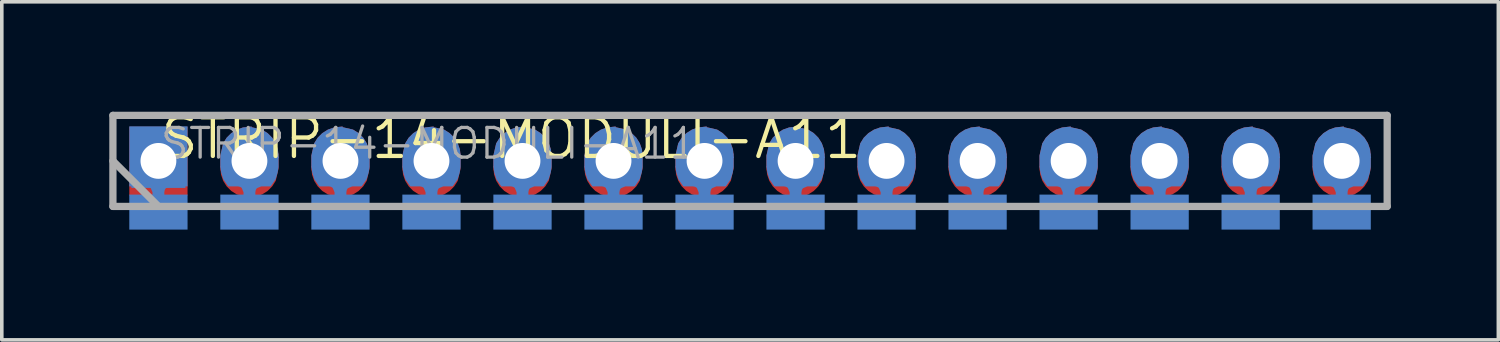
<source format=kicad_pcb>
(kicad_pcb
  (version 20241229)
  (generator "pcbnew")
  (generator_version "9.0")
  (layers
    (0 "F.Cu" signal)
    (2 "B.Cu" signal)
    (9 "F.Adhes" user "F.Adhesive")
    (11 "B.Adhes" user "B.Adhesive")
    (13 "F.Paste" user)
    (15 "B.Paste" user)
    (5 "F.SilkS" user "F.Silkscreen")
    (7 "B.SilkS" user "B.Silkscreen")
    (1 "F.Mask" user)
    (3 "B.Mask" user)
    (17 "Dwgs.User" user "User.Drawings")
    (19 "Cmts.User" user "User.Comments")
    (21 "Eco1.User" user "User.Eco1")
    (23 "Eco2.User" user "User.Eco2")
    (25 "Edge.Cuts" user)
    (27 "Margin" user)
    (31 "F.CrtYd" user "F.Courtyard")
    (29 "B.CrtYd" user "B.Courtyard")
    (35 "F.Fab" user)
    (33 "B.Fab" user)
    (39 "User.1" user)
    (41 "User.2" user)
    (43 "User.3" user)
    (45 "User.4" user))
  (footprint "STRIP-14-MODULI-A11"
    (layer "F.Cu")
    (at 1.371 1.44)
    (property "Reference" "STRIP-14-MODULI-A11" (at 0 0 0) (unlocked yes) (layer "F.SilkS") (effects (font (size 1.08 1.08) (thickness 0.12)) (justify left bottom)))
    (fp_poly (pts (xy 0.813 0.965) (xy -0.813 0.965) (xy -0.813 -0.953) (xy 0.813 -0.953)) (stroke (width 0) (type default)) (fill yes) (layer "F.Cu"))
    (fp_poly (pts (xy 2.601 -0.94) (xy 2.89 -0.874) (xy 3.047 -0.775) (xy 3.176 -0.647) (xy 3.273 -0.493) (xy 3.333 -0.321) (xy 3.346 -0.203) (xy 3.353 -0.203) (xy 3.353 -0.143) (xy 3.36 -0.08) (xy 3.353 -0.08) (xy 3.353 0.21) (xy 3.275 0.553) (xy 3.176 0.71) (xy 3.047 0.839) (xy 2.893 0.936) (xy 2.721 0.996) (xy 2.48 1.023) (xy 2.479 1.004) (xy 2.19 0.938) (xy 2.033 0.839) (xy 1.904 0.71) (xy 1.807 0.556) (xy 1.747 0.384) (xy 1.734 0.267) (xy 1.727 0.267) (xy 1.727 0.207) (xy 1.72 0.144) (xy 1.727 0.143) (xy 1.727 -0.147) (xy 1.805 -0.489) (xy 1.904 -0.647) (xy 2.033 -0.775) (xy 2.187 -0.872) (xy 2.359 -0.933) (xy 2.6 -0.96)) (stroke (width 0) (type default)) (fill yes) (layer "F.Cu"))
    (fp_poly (pts (xy 5.141 -0.94) (xy 5.43 -0.874) (xy 5.587 -0.775) (xy 5.716 -0.647) (xy 5.813 -0.493) (xy 5.873 -0.321) (xy 5.886 -0.203) (xy 5.893 -0.203) (xy 5.893 -0.143) (xy 5.9 -0.08) (xy 5.893 -0.08) (xy 5.893 0.21) (xy 5.815 0.553) (xy 5.716 0.71) (xy 5.587 0.839) (xy 5.433 0.936) (xy 5.261 0.996) (xy 5.02 1.023) (xy 5.019 1.004) (xy 4.73 0.938) (xy 4.573 0.839) (xy 4.444 0.71) (xy 4.347 0.556) (xy 4.287 0.384) (xy 4.274 0.267) (xy 4.267 0.267) (xy 4.267 0.207) (xy 4.26 0.144) (xy 4.267 0.143) (xy 4.267 -0.147) (xy 4.345 -0.489) (xy 4.444 -0.647) (xy 4.573 -0.775) (xy 4.727 -0.872) (xy 4.899 -0.933) (xy 5.14 -0.96)) (stroke (width 0) (type default)) (fill yes) (layer "F.Cu"))
    (fp_poly (pts (xy 7.681 -0.94) (xy 7.97 -0.874) (xy 8.127 -0.775) (xy 8.256 -0.647) (xy 8.353 -0.493) (xy 8.413 -0.321) (xy 8.426 -0.203) (xy 8.433 -0.203) (xy 8.433 -0.143) (xy 8.44 -0.08) (xy 8.433 -0.08) (xy 8.433 0.21) (xy 8.355 0.553) (xy 8.256 0.71) (xy 8.127 0.839) (xy 7.973 0.936) (xy 7.801 0.996) (xy 7.56 1.023) (xy 7.559 1.004) (xy 7.27 0.938) (xy 7.113 0.839) (xy 6.984 0.71) (xy 6.887 0.556) (xy 6.827 0.384) (xy 6.814 0.267) (xy 6.807 0.267) (xy 6.807 0.207) (xy 6.8 0.144) (xy 6.807 0.143) (xy 6.807 -0.147) (xy 6.885 -0.489) (xy 6.984 -0.647) (xy 7.113 -0.775) (xy 7.267 -0.872) (xy 7.439 -0.933) (xy 7.68 -0.96)) (stroke (width 0) (type default)) (fill yes) (layer "F.Cu"))
    (fp_poly (pts (xy 10.221 -0.94) (xy 10.51 -0.874) (xy 10.667 -0.775) (xy 10.796 -0.647) (xy 10.893 -0.493) (xy 10.953 -0.321) (xy 10.966 -0.203) (xy 10.973 -0.203) (xy 10.973 -0.143) (xy 10.98 -0.08) (xy 10.973 -0.08) (xy 10.973 0.21) (xy 10.895 0.553) (xy 10.796 0.71) (xy 10.667 0.839) (xy 10.513 0.936) (xy 10.341 0.996) (xy 10.1 1.023) (xy 10.099 1.004) (xy 9.81 0.938) (xy 9.653 0.839) (xy 9.524 0.71) (xy 9.427 0.556) (xy 9.367 0.384) (xy 9.354 0.267) (xy 9.347 0.267) (xy 9.347 0.207) (xy 9.34 0.144) (xy 9.347 0.143) (xy 9.347 -0.147) (xy 9.425 -0.489) (xy 9.524 -0.647) (xy 9.653 -0.775) (xy 9.807 -0.872) (xy 9.979 -0.933) (xy 10.22 -0.96)) (stroke (width 0) (type default)) (fill yes) (layer "F.Cu"))
    (fp_poly (pts (xy 12.761 -0.94) (xy 13.05 -0.874) (xy 13.207 -0.775) (xy 13.336 -0.647) (xy 13.433 -0.493) (xy 13.493 -0.321) (xy 13.506 -0.203) (xy 13.513 -0.203) (xy 13.513 -0.143) (xy 13.52 -0.08) (xy 13.513 -0.08) (xy 13.513 0.21) (xy 13.435 0.553) (xy 13.336 0.71) (xy 13.207 0.839) (xy 13.053 0.936) (xy 12.881 0.996) (xy 12.64 1.023) (xy 12.639 1.004) (xy 12.35 0.938) (xy 12.193 0.839) (xy 12.064 0.71) (xy 11.967 0.556) (xy 11.907 0.384) (xy 11.894 0.267) (xy 11.887 0.267) (xy 11.887 0.207) (xy 11.88 0.144) (xy 11.887 0.143) (xy 11.887 -0.147) (xy 11.965 -0.489) (xy 12.064 -0.647) (xy 12.193 -0.775) (xy 12.347 -0.872) (xy 12.519 -0.933) (xy 12.76 -0.96)) (stroke (width 0) (type default)) (fill yes) (layer "F.Cu"))
    (fp_poly (pts (xy 15.301 -0.94) (xy 15.59 -0.874) (xy 15.747 -0.775) (xy 15.876 -0.647) (xy 15.973 -0.493) (xy 16.033 -0.321) (xy 16.046 -0.203) (xy 16.053 -0.203) (xy 16.053 -0.143) (xy 16.06 -0.08) (xy 16.053 -0.08) (xy 16.053 0.21) (xy 15.975 0.553) (xy 15.876 0.71) (xy 15.747 0.839) (xy 15.593 0.936) (xy 15.421 0.996) (xy 15.18 1.023) (xy 15.179 1.004) (xy 14.89 0.938) (xy 14.733 0.839) (xy 14.604 0.71) (xy 14.507 0.556) (xy 14.447 0.384) (xy 14.434 0.267) (xy 14.427 0.267) (xy 14.427 0.207) (xy 14.42 0.144) (xy 14.427 0.143) (xy 14.427 -0.147) (xy 14.505 -0.489) (xy 14.604 -0.647) (xy 14.733 -0.775) (xy 14.887 -0.872) (xy 15.059 -0.933) (xy 15.3 -0.96)) (stroke (width 0) (type default)) (fill yes) (layer "F.Cu"))
    (fp_poly (pts (xy 17.841 -0.94) (xy 18.13 -0.874) (xy 18.287 -0.775) (xy 18.416 -0.647) (xy 18.513 -0.493) (xy 18.573 -0.321) (xy 18.586 -0.203) (xy 18.593 -0.203) (xy 18.593 -0.143) (xy 18.6 -0.08) (xy 18.593 -0.08) (xy 18.593 0.21) (xy 18.515 0.553) (xy 18.416 0.71) (xy 18.287 0.839) (xy 18.133 0.936) (xy 17.961 0.996) (xy 17.72 1.023) (xy 17.719 1.004) (xy 17.43 0.938) (xy 17.273 0.839) (xy 17.144 0.71) (xy 17.047 0.556) (xy 16.987 0.384) (xy 16.974 0.267) (xy 16.967 0.267) (xy 16.967 0.207) (xy 16.96 0.144) (xy 16.967 0.143) (xy 16.967 -0.147) (xy 17.045 -0.489) (xy 17.144 -0.647) (xy 17.273 -0.775) (xy 17.427 -0.872) (xy 17.599 -0.933) (xy 17.84 -0.96)) (stroke (width 0) (type default)) (fill yes) (layer "F.Cu"))
    (fp_poly (pts (xy 20.381 -0.94) (xy 20.67 -0.874) (xy 20.827 -0.775) (xy 20.956 -0.647) (xy 21.053 -0.493) (xy 21.113 -0.321) (xy 21.126 -0.203) (xy 21.133 -0.203) (xy 21.133 -0.143) (xy 21.14 -0.08) (xy 21.133 -0.08) (xy 21.133 0.21) (xy 21.055 0.553) (xy 20.956 0.71) (xy 20.827 0.839) (xy 20.673 0.936) (xy 20.501 0.996) (xy 20.26 1.023) (xy 20.259 1.004) (xy 19.97 0.938) (xy 19.813 0.839) (xy 19.684 0.71) (xy 19.587 0.556) (xy 19.527 0.384) (xy 19.514 0.267) (xy 19.507 0.267) (xy 19.507 0.207) (xy 19.5 0.144) (xy 19.507 0.143) (xy 19.507 -0.147) (xy 19.585 -0.489) (xy 19.684 -0.647) (xy 19.813 -0.775) (xy 19.967 -0.872) (xy 20.139 -0.933) (xy 20.38 -0.96)) (stroke (width 0) (type default)) (fill yes) (layer "F.Cu"))
    (fp_poly (pts (xy 22.921 -0.94) (xy 23.21 -0.874) (xy 23.367 -0.775) (xy 23.496 -0.647) (xy 23.593 -0.493) (xy 23.653 -0.321) (xy 23.666 -0.203) (xy 23.673 -0.203) (xy 23.673 -0.143) (xy 23.68 -0.08) (xy 23.673 -0.08) (xy 23.673 0.21) (xy 23.595 0.553) (xy 23.496 0.71) (xy 23.367 0.839) (xy 23.213 0.936) (xy 23.041 0.996) (xy 22.8 1.023) (xy 22.799 1.004) (xy 22.51 0.938) (xy 22.353 0.839) (xy 22.224 0.71) (xy 22.127 0.556) (xy 22.067 0.384) (xy 22.054 0.267) (xy 22.047 0.267) (xy 22.047 0.207) (xy 22.04 0.144) (xy 22.047 0.143) (xy 22.047 -0.147) (xy 22.125 -0.489) (xy 22.224 -0.647) (xy 22.353 -0.775) (xy 22.507 -0.872) (xy 22.679 -0.933) (xy 22.92 -0.96)) (stroke (width 0) (type default)) (fill yes) (layer "F.Cu"))
    (fp_poly (pts (xy 25.461 -0.94) (xy 25.75 -0.874) (xy 25.907 -0.775) (xy 26.036 -0.647) (xy 26.133 -0.493) (xy 26.193 -0.321) (xy 26.206 -0.203) (xy 26.213 -0.203) (xy 26.213 -0.143) (xy 26.22 -0.08) (xy 26.213 -0.08) (xy 26.213 0.21) (xy 26.135 0.553) (xy 26.036 0.71) (xy 25.907 0.839) (xy 25.753 0.936) (xy 25.581 0.996) (xy 25.34 1.023) (xy 25.339 1.004) (xy 25.05 0.938) (xy 24.893 0.839) (xy 24.764 0.71) (xy 24.667 0.556) (xy 24.607 0.384) (xy 24.594 0.267) (xy 24.587 0.267) (xy 24.587 0.207) (xy 24.58 0.144) (xy 24.587 0.143) (xy 24.587 -0.147) (xy 24.665 -0.489) (xy 24.764 -0.647) (xy 24.893 -0.775) (xy 25.047 -0.872) (xy 25.219 -0.933) (xy 25.46 -0.96)) (stroke (width 0) (type default)) (fill yes) (layer "F.Cu"))
    (fp_poly (pts (xy 28.001 -0.94) (xy 28.29 -0.874) (xy 28.447 -0.775) (xy 28.576 -0.647) (xy 28.673 -0.493) (xy 28.733 -0.321) (xy 28.746 -0.203) (xy 28.753 -0.203) (xy 28.753 -0.143) (xy 28.76 -0.08) (xy 28.753 -0.08) (xy 28.753 0.21) (xy 28.675 0.553) (xy 28.576 0.71) (xy 28.447 0.839) (xy 28.293 0.936) (xy 28.121 0.996) (xy 27.88 1.023) (xy 27.879 1.004) (xy 27.59 0.938) (xy 27.433 0.839) (xy 27.304 0.71) (xy 27.207 0.556) (xy 27.147 0.384) (xy 27.134 0.267) (xy 27.127 0.267) (xy 27.127 0.207) (xy 27.12 0.144) (xy 27.127 0.143) (xy 27.127 -0.147) (xy 27.205 -0.489) (xy 27.304 -0.647) (xy 27.433 -0.775) (xy 27.587 -0.872) (xy 27.759 -0.933) (xy 28 -0.96)) (stroke (width 0) (type default)) (fill yes) (layer "F.Cu"))
    (fp_poly (pts (xy 30.541 -0.94) (xy 30.83 -0.874) (xy 30.987 -0.775) (xy 31.116 -0.647) (xy 31.213 -0.493) (xy 31.273 -0.321) (xy 31.286 -0.203) (xy 31.293 -0.203) (xy 31.293 -0.143) (xy 31.3 -0.08) (xy 31.293 -0.08) (xy 31.293 0.21) (xy 31.215 0.553) (xy 31.116 0.71) (xy 30.987 0.839) (xy 30.833 0.936) (xy 30.661 0.996) (xy 30.42 1.023) (xy 30.419 1.004) (xy 30.13 0.938) (xy 29.973 0.839) (xy 29.844 0.71) (xy 29.747 0.556) (xy 29.687 0.384) (xy 29.674 0.267) (xy 29.667 0.267) (xy 29.667 0.207) (xy 29.66 0.144) (xy 29.667 0.143) (xy 29.667 -0.147) (xy 29.745 -0.489) (xy 29.844 -0.647) (xy 29.973 -0.775) (xy 30.127 -0.872) (xy 30.299 -0.933) (xy 30.54 -0.96)) (stroke (width 0) (type default)) (fill yes) (layer "F.Cu"))
    (fp_poly (pts (xy 33.081 -0.94) (xy 33.37 -0.874) (xy 33.527 -0.775) (xy 33.656 -0.647) (xy 33.753 -0.493) (xy 33.813 -0.321) (xy 33.826 -0.203) (xy 33.833 -0.203) (xy 33.833 -0.143) (xy 33.84 -0.08) (xy 33.833 -0.08) (xy 33.833 0.21) (xy 33.755 0.553) (xy 33.656 0.71) (xy 33.527 0.839) (xy 33.373 0.936) (xy 33.201 0.996) (xy 32.96 1.023) (xy 32.959 1.004) (xy 32.67 0.938) (xy 32.513 0.839) (xy 32.384 0.71) (xy 32.287 0.556) (xy 32.227 0.384) (xy 32.214 0.267) (xy 32.207 0.267) (xy 32.207 0.207) (xy 32.2 0.144) (xy 32.207 0.143) (xy 32.207 -0.147) (xy 32.285 -0.489) (xy 32.384 -0.647) (xy 32.513 -0.775) (xy 32.667 -0.872) (xy 32.839 -0.933) (xy 33.08 -0.96)) (stroke (width 0) (type default)) (fill yes) (layer "F.Cu"))
    (fp_poly (pts (xy 0.889 1.041) (xy -0.889 1.041) (xy -0.889 -1.041) (xy 0.889 -1.041)) (stroke (width 0) (type default)) (fill yes) (layer "F.Mask"))
    (fp_poly (pts (xy 2.739 -1.005) (xy 2.928 -0.937) (xy 3.097 -0.829) (xy 3.238 -0.687) (xy 3.344 -0.515) (xy 3.429 -0.128) (xy 3.429 0.128) (xy 3.43 0.128) (xy 3.429 0.14) (xy 3.429 0.152) (xy 3.428 0.152) (xy 3.407 0.338) (xy 3.341 0.525) (xy 3.235 0.694) (xy 3.094 0.835) (xy 2.925 0.941) (xy 2.552 1.026) (xy 2.552 1.03) (xy 2.342 1.006) (xy 2.154 0.941) (xy 1.986 0.835) (xy 1.845 0.694) (xy 1.739 0.525) (xy 1.651 0.141) (xy 1.651 -0.115) (xy 1.65 -0.115) (xy 1.651 -0.128) (xy 1.651 -0.14) (xy 1.652 -0.14) (xy 1.672 -0.326) (xy 1.737 -0.516) (xy 1.842 -0.687) (xy 1.983 -0.829) (xy 2.153 -0.938) (xy 2.528 -1.026) (xy 2.528 -1.03)) (stroke (width 0) (type default)) (fill yes) (layer "F.Mask"))
    (fp_poly (pts (xy 5.279 -1.005) (xy 5.468 -0.937) (xy 5.637 -0.829) (xy 5.778 -0.687) (xy 5.884 -0.515) (xy 5.969 -0.128) (xy 5.969 0.128) (xy 5.97 0.128) (xy 5.969 0.14) (xy 5.969 0.152) (xy 5.968 0.152) (xy 5.947 0.338) (xy 5.881 0.525) (xy 5.775 0.694) (xy 5.634 0.835) (xy 5.465 0.941) (xy 5.092 1.026) (xy 5.092 1.03) (xy 4.882 1.006) (xy 4.694 0.941) (xy 4.526 0.835) (xy 4.385 0.694) (xy 4.279 0.525) (xy 4.191 0.141) (xy 4.191 -0.115) (xy 4.19 -0.115) (xy 4.191 -0.128) (xy 4.191 -0.14) (xy 4.192 -0.14) (xy 4.212 -0.326) (xy 4.277 -0.516) (xy 4.382 -0.687) (xy 4.523 -0.829) (xy 4.693 -0.938) (xy 5.068 -1.026) (xy 5.068 -1.03)) (stroke (width 0) (type default)) (fill yes) (layer "F.Mask"))
    (fp_poly (pts (xy 7.819 -1.005) (xy 8.008 -0.937) (xy 8.177 -0.829) (xy 8.318 -0.687) (xy 8.424 -0.515) (xy 8.509 -0.128) (xy 8.509 0.128) (xy 8.51 0.128) (xy 8.509 0.14) (xy 8.509 0.152) (xy 8.508 0.152) (xy 8.487 0.338) (xy 8.421 0.525) (xy 8.315 0.694) (xy 8.174 0.835) (xy 8.005 0.941) (xy 7.632 1.026) (xy 7.632 1.03) (xy 7.422 1.006) (xy 7.234 0.941) (xy 7.066 0.835) (xy 6.925 0.694) (xy 6.819 0.525) (xy 6.731 0.141) (xy 6.731 -0.115) (xy 6.73 -0.115) (xy 6.731 -0.128) (xy 6.731 -0.14) (xy 6.732 -0.14) (xy 6.752 -0.326) (xy 6.817 -0.516) (xy 6.922 -0.687) (xy 7.063 -0.829) (xy 7.233 -0.938) (xy 7.608 -1.026) (xy 7.608 -1.03)) (stroke (width 0) (type default)) (fill yes) (layer "F.Mask"))
    (fp_poly (pts (xy 10.359 -1.005) (xy 10.548 -0.937) (xy 10.717 -0.829) (xy 10.858 -0.687) (xy 10.964 -0.515) (xy 11.049 -0.128) (xy 11.049 0.128) (xy 11.05 0.128) (xy 11.049 0.14) (xy 11.049 0.152) (xy 11.048 0.152) (xy 11.027 0.338) (xy 10.961 0.525) (xy 10.855 0.694) (xy 10.714 0.835) (xy 10.545 0.941) (xy 10.172 1.026) (xy 10.172 1.03) (xy 9.962 1.006) (xy 9.774 0.941) (xy 9.606 0.835) (xy 9.465 0.694) (xy 9.359 0.525) (xy 9.271 0.141) (xy 9.271 -0.115) (xy 9.27 -0.115) (xy 9.271 -0.128) (xy 9.271 -0.14) (xy 9.272 -0.14) (xy 9.292 -0.326) (xy 9.357 -0.516) (xy 9.462 -0.687) (xy 9.603 -0.829) (xy 9.773 -0.938) (xy 10.148 -1.026) (xy 10.148 -1.03)) (stroke (width 0) (type default)) (fill yes) (layer "F.Mask"))
    (fp_poly (pts (xy 12.899 -1.005) (xy 13.088 -0.937) (xy 13.257 -0.829) (xy 13.398 -0.687) (xy 13.504 -0.515) (xy 13.589 -0.128) (xy 13.589 0.128) (xy 13.59 0.128) (xy 13.589 0.14) (xy 13.589 0.152) (xy 13.588 0.152) (xy 13.567 0.338) (xy 13.501 0.525) (xy 13.395 0.694) (xy 13.254 0.835) (xy 13.085 0.941) (xy 12.712 1.026) (xy 12.712 1.03) (xy 12.502 1.006) (xy 12.314 0.941) (xy 12.146 0.835) (xy 12.005 0.694) (xy 11.899 0.525) (xy 11.811 0.141) (xy 11.811 -0.115) (xy 11.81 -0.115) (xy 11.811 -0.128) (xy 11.811 -0.14) (xy 11.812 -0.14) (xy 11.832 -0.326) (xy 11.897 -0.516) (xy 12.002 -0.687) (xy 12.143 -0.829) (xy 12.313 -0.938) (xy 12.688 -1.026) (xy 12.688 -1.03)) (stroke (width 0) (type default)) (fill yes) (layer "F.Mask"))
    (fp_poly (pts (xy 15.439 -1.005) (xy 15.628 -0.937) (xy 15.797 -0.829) (xy 15.938 -0.687) (xy 16.044 -0.515) (xy 16.129 -0.128) (xy 16.129 0.128) (xy 16.13 0.128) (xy 16.129 0.14) (xy 16.129 0.152) (xy 16.128 0.152) (xy 16.107 0.338) (xy 16.041 0.525) (xy 15.935 0.694) (xy 15.794 0.835) (xy 15.625 0.941) (xy 15.252 1.026) (xy 15.252 1.03) (xy 15.042 1.006) (xy 14.854 0.941) (xy 14.686 0.835) (xy 14.545 0.694) (xy 14.439 0.525) (xy 14.351 0.141) (xy 14.351 -0.115) (xy 14.35 -0.115) (xy 14.351 -0.128) (xy 14.351 -0.14) (xy 14.352 -0.14) (xy 14.372 -0.326) (xy 14.437 -0.516) (xy 14.542 -0.687) (xy 14.683 -0.829) (xy 14.853 -0.938) (xy 15.228 -1.026) (xy 15.228 -1.03)) (stroke (width 0) (type default)) (fill yes) (layer "F.Mask"))
    (fp_poly (pts (xy 17.979 -1.005) (xy 18.168 -0.937) (xy 18.337 -0.829) (xy 18.478 -0.687) (xy 18.584 -0.515) (xy 18.669 -0.128) (xy 18.669 0.128) (xy 18.67 0.128) (xy 18.669 0.14) (xy 18.669 0.152) (xy 18.668 0.152) (xy 18.647 0.338) (xy 18.581 0.525) (xy 18.475 0.694) (xy 18.334 0.835) (xy 18.165 0.941) (xy 17.792 1.026) (xy 17.792 1.03) (xy 17.582 1.006) (xy 17.394 0.941) (xy 17.226 0.835) (xy 17.085 0.694) (xy 16.979 0.525) (xy 16.891 0.141) (xy 16.891 -0.115) (xy 16.89 -0.115) (xy 16.891 -0.128) (xy 16.891 -0.14) (xy 16.892 -0.14) (xy 16.912 -0.326) (xy 16.977 -0.516) (xy 17.082 -0.687) (xy 17.223 -0.829) (xy 17.393 -0.938) (xy 17.768 -1.026) (xy 17.768 -1.03)) (stroke (width 0) (type default)) (fill yes) (layer "F.Mask"))
    (fp_poly (pts (xy 20.519 -1.005) (xy 20.708 -0.937) (xy 20.877 -0.829) (xy 21.018 -0.687) (xy 21.124 -0.515) (xy 21.209 -0.128) (xy 21.209 0.128) (xy 21.21 0.128) (xy 21.209 0.14) (xy 21.209 0.152) (xy 21.208 0.152) (xy 21.187 0.338) (xy 21.121 0.525) (xy 21.015 0.694) (xy 20.874 0.835) (xy 20.705 0.941) (xy 20.332 1.026) (xy 20.332 1.03) (xy 20.122 1.006) (xy 19.934 0.941) (xy 19.766 0.835) (xy 19.625 0.694) (xy 19.519 0.525) (xy 19.431 0.141) (xy 19.431 -0.115) (xy 19.43 -0.115) (xy 19.431 -0.128) (xy 19.431 -0.14) (xy 19.432 -0.14) (xy 19.452 -0.326) (xy 19.517 -0.516) (xy 19.622 -0.687) (xy 19.763 -0.829) (xy 19.933 -0.938) (xy 20.308 -1.026) (xy 20.308 -1.03)) (stroke (width 0) (type default)) (fill yes) (layer "F.Mask"))
    (fp_poly (pts (xy 23.059 -1.005) (xy 23.248 -0.937) (xy 23.417 -0.829) (xy 23.558 -0.687) (xy 23.664 -0.515) (xy 23.749 -0.128) (xy 23.749 0.128) (xy 23.75 0.128) (xy 23.749 0.14) (xy 23.749 0.152) (xy 23.748 0.152) (xy 23.727 0.338) (xy 23.661 0.525) (xy 23.555 0.694) (xy 23.414 0.835) (xy 23.245 0.941) (xy 22.872 1.026) (xy 22.872 1.03) (xy 22.662 1.006) (xy 22.474 0.941) (xy 22.306 0.835) (xy 22.165 0.694) (xy 22.059 0.525) (xy 21.971 0.141) (xy 21.971 -0.115) (xy 21.97 -0.115) (xy 21.971 -0.128) (xy 21.971 -0.14) (xy 21.972 -0.14) (xy 21.992 -0.326) (xy 22.057 -0.516) (xy 22.162 -0.687) (xy 22.303 -0.829) (xy 22.473 -0.938) (xy 22.848 -1.026) (xy 22.848 -1.03)) (stroke (width 0) (type default)) (fill yes) (layer "F.Mask"))
    (fp_poly (pts (xy 25.599 -1.005) (xy 25.788 -0.937) (xy 25.957 -0.829) (xy 26.098 -0.687) (xy 26.204 -0.515) (xy 26.289 -0.128) (xy 26.289 0.128) (xy 26.29 0.128) (xy 26.289 0.14) (xy 26.289 0.152) (xy 26.288 0.152) (xy 26.267 0.338) (xy 26.201 0.525) (xy 26.095 0.694) (xy 25.954 0.835) (xy 25.785 0.941) (xy 25.412 1.026) (xy 25.412 1.03) (xy 25.202 1.006) (xy 25.014 0.941) (xy 24.846 0.835) (xy 24.705 0.694) (xy 24.599 0.525) (xy 24.511 0.141) (xy 24.511 -0.115) (xy 24.51 -0.115) (xy 24.511 -0.128) (xy 24.511 -0.14) (xy 24.512 -0.14) (xy 24.532 -0.326) (xy 24.597 -0.516) (xy 24.702 -0.687) (xy 24.843 -0.829) (xy 25.013 -0.938) (xy 25.388 -1.026) (xy 25.388 -1.03)) (stroke (width 0) (type default)) (fill yes) (layer "F.Mask"))
    (fp_poly (pts (xy 28.139 -1.005) (xy 28.328 -0.937) (xy 28.497 -0.829) (xy 28.638 -0.687) (xy 28.744 -0.515) (xy 28.829 -0.128) (xy 28.829 0.128) (xy 28.83 0.128) (xy 28.829 0.14) (xy 28.829 0.152) (xy 28.828 0.152) (xy 28.807 0.338) (xy 28.741 0.525) (xy 28.635 0.694) (xy 28.494 0.835) (xy 28.325 0.941) (xy 27.952 1.026) (xy 27.952 1.03) (xy 27.742 1.006) (xy 27.554 0.941) (xy 27.386 0.835) (xy 27.245 0.694) (xy 27.139 0.525) (xy 27.051 0.141) (xy 27.051 -0.115) (xy 27.05 -0.115) (xy 27.051 -0.128) (xy 27.051 -0.14) (xy 27.052 -0.14) (xy 27.072 -0.326) (xy 27.137 -0.516) (xy 27.242 -0.687) (xy 27.383 -0.829) (xy 27.553 -0.938) (xy 27.928 -1.026) (xy 27.928 -1.03)) (stroke (width 0) (type default)) (fill yes) (layer "F.Mask"))
    (fp_poly (pts (xy 30.679 -1.005) (xy 30.868 -0.937) (xy 31.037 -0.829) (xy 31.178 -0.687) (xy 31.284 -0.515) (xy 31.369 -0.128) (xy 31.369 0.128) (xy 31.37 0.128) (xy 31.369 0.14) (xy 31.369 0.152) (xy 31.368 0.152) (xy 31.347 0.338) (xy 31.281 0.525) (xy 31.175 0.694) (xy 31.034 0.835) (xy 30.865 0.941) (xy 30.492 1.026) (xy 30.492 1.03) (xy 30.282 1.006) (xy 30.094 0.941) (xy 29.926 0.835) (xy 29.785 0.694) (xy 29.679 0.525) (xy 29.591 0.141) (xy 29.591 -0.115) (xy 29.59 -0.115) (xy 29.591 -0.128) (xy 29.591 -0.14) (xy 29.592 -0.14) (xy 29.612 -0.326) (xy 29.677 -0.516) (xy 29.782 -0.687) (xy 29.923 -0.829) (xy 30.093 -0.938) (xy 30.468 -1.026) (xy 30.468 -1.03)) (stroke (width 0) (type default)) (fill yes) (layer "F.Mask"))
    (fp_poly (pts (xy 33.219 -1.005) (xy 33.408 -0.937) (xy 33.577 -0.829) (xy 33.718 -0.687) (xy 33.824 -0.515) (xy 33.909 -0.128) (xy 33.909 0.128) (xy 33.91 0.128) (xy 33.909 0.14) (xy 33.909 0.152) (xy 33.908 0.152) (xy 33.887 0.338) (xy 33.821 0.525) (xy 33.715 0.694) (xy 33.574 0.835) (xy 33.405 0.941) (xy 33.032 1.026) (xy 33.032 1.03) (xy 32.822 1.006) (xy 32.634 0.941) (xy 32.466 0.835) (xy 32.325 0.694) (xy 32.219 0.525) (xy 32.131 0.141) (xy 32.131 -0.115) (xy 32.13 -0.115) (xy 32.131 -0.128) (xy 32.131 -0.14) (xy 32.132 -0.14) (xy 32.152 -0.326) (xy 32.217 -0.516) (xy 32.322 -0.687) (xy 32.463 -0.829) (xy 32.633 -0.938) (xy 33.008 -1.026) (xy 33.008 -1.03)) (stroke (width 0) (type default)) (fill yes) (layer "F.Mask"))
    (fp_poly (pts (xy 0.813 0.711) (xy 0.33 0.711) (xy 0.207 0.762) (xy 0.178 0.806) (xy 0.165 0.87) (xy 0.165 0.94) (xy 0.813 0.94) (xy 0.813 1.918) (xy -0.813 1.918) (xy -0.813 0.94) (xy -0.165 0.94) (xy -0.165 0.876) (xy -0.216 0.753) (xy -0.26 0.724) (xy -0.324 0.711) (xy -0.813 0.711) (xy -0.813 -0.965) (xy 0.813 -0.965)) (stroke (width 0) (type default)) (fill yes) (layer "B.Cu"))
    (fp_poly (pts (xy 2.601 -0.94) (xy 2.89 -0.874) (xy 3.047 -0.775) (xy 3.176 -0.647) (xy 3.273 -0.493) (xy 3.333 -0.321) (xy 3.346 -0.203) (xy 3.353 -0.203) (xy 3.353 -0.143) (xy 3.36 -0.08) (xy 3.353 -0.08) (xy 3.353 0.17) (xy 3.326 0.332) (xy 3.271 0.511) (xy 3.132 0.711) (xy 2.87 0.711) (xy 2.747 0.762) (xy 2.718 0.806) (xy 2.705 0.87) (xy 2.705 0.94) (xy 3.353 0.94) (xy 3.353 1.918) (xy 1.727 1.918) (xy 1.727 0.94) (xy 2.375 0.94) (xy 2.375 0.876) (xy 2.324 0.753) (xy 2.28 0.724) (xy 2.216 0.711) (xy 1.948 0.711) (xy 1.809 0.511) (xy 1.754 0.332) (xy 1.727 0.17) (xy 1.727 -0.147) (xy 1.805 -0.489) (xy 1.904 -0.647) (xy 2.033 -0.775) (xy 2.187 -0.872) (xy 2.359 -0.933) (xy 2.6 -0.96)) (stroke (width 0) (type default)) (fill yes) (layer "B.Cu"))
    (fp_poly (pts (xy 5.141 -0.94) (xy 5.43 -0.874) (xy 5.587 -0.775) (xy 5.716 -0.647) (xy 5.813 -0.493) (xy 5.873 -0.321) (xy 5.886 -0.203) (xy 5.893 -0.203) (xy 5.893 -0.143) (xy 5.9 -0.08) (xy 5.893 -0.08) (xy 5.893 0.17) (xy 5.866 0.332) (xy 5.811 0.511) (xy 5.672 0.711) (xy 5.41 0.711) (xy 5.287 0.762) (xy 5.258 0.806) (xy 5.245 0.87) (xy 5.245 0.94) (xy 5.893 0.94) (xy 5.893 1.918) (xy 4.267 1.918) (xy 4.267 0.94) (xy 4.915 0.94) (xy 4.915 0.876) (xy 4.864 0.753) (xy 4.82 0.724) (xy 4.756 0.711) (xy 4.488 0.711) (xy 4.349 0.511) (xy 4.294 0.332) (xy 4.267 0.17) (xy 4.267 -0.147) (xy 4.345 -0.489) (xy 4.444 -0.647) (xy 4.573 -0.775) (xy 4.727 -0.872) (xy 4.899 -0.933) (xy 5.14 -0.96)) (stroke (width 0) (type default)) (fill yes) (layer "B.Cu"))
    (fp_poly (pts (xy 7.681 -0.94) (xy 7.97 -0.874) (xy 8.127 -0.775) (xy 8.256 -0.647) (xy 8.353 -0.493) (xy 8.413 -0.321) (xy 8.426 -0.203) (xy 8.433 -0.203) (xy 8.433 -0.143) (xy 8.44 -0.08) (xy 8.433 -0.08) (xy 8.433 0.17) (xy 8.406 0.332) (xy 8.351 0.511) (xy 8.212 0.711) (xy 7.95 0.711) (xy 7.827 0.762) (xy 7.798 0.806) (xy 7.785 0.87) (xy 7.785 0.94) (xy 8.433 0.94) (xy 8.433 1.918) (xy 6.807 1.918) (xy 6.807 0.94) (xy 7.455 0.94) (xy 7.455 0.876) (xy 7.404 0.753) (xy 7.36 0.724) (xy 7.296 0.711) (xy 7.028 0.711) (xy 6.889 0.511) (xy 6.834 0.332) (xy 6.807 0.17) (xy 6.807 -0.147) (xy 6.885 -0.489) (xy 6.984 -0.647) (xy 7.113 -0.775) (xy 7.267 -0.872) (xy 7.439 -0.933) (xy 7.68 -0.96)) (stroke (width 0) (type default)) (fill yes) (layer "B.Cu"))
    (fp_poly (pts (xy 10.221 -0.94) (xy 10.51 -0.874) (xy 10.667 -0.775) (xy 10.796 -0.647) (xy 10.893 -0.493) (xy 10.953 -0.321) (xy 10.966 -0.203) (xy 10.973 -0.203) (xy 10.973 -0.143) (xy 10.98 -0.08) (xy 10.973 -0.08) (xy 10.973 0.17) (xy 10.946 0.332) (xy 10.891 0.511) (xy 10.752 0.711) (xy 10.49 0.711) (xy 10.367 0.762) (xy 10.338 0.806) (xy 10.325 0.87) (xy 10.325 0.94) (xy 10.973 0.94) (xy 10.973 1.918) (xy 9.347 1.918) (xy 9.347 0.94) (xy 9.995 0.94) (xy 9.995 0.876) (xy 9.944 0.753) (xy 9.9 0.724) (xy 9.836 0.711) (xy 9.568 0.711) (xy 9.429 0.511) (xy 9.374 0.332) (xy 9.347 0.17) (xy 9.347 -0.147) (xy 9.425 -0.489) (xy 9.524 -0.647) (xy 9.653 -0.775) (xy 9.807 -0.872) (xy 9.979 -0.933) (xy 10.22 -0.96)) (stroke (width 0) (type default)) (fill yes) (layer "B.Cu"))
    (fp_poly (pts (xy 12.761 -0.94) (xy 13.05 -0.874) (xy 13.207 -0.775) (xy 13.336 -0.647) (xy 13.433 -0.493) (xy 13.493 -0.321) (xy 13.506 -0.203) (xy 13.513 -0.203) (xy 13.513 -0.143) (xy 13.52 -0.08) (xy 13.513 -0.08) (xy 13.513 0.17) (xy 13.486 0.332) (xy 13.431 0.511) (xy 13.292 0.711) (xy 13.03 0.711) (xy 12.907 0.762) (xy 12.878 0.806) (xy 12.865 0.87) (xy 12.865 0.94) (xy 13.513 0.94) (xy 13.513 1.918) (xy 11.887 1.918) (xy 11.887 0.94) (xy 12.535 0.94) (xy 12.535 0.876) (xy 12.484 0.753) (xy 12.44 0.724) (xy 12.376 0.711) (xy 12.108 0.711) (xy 11.969 0.511) (xy 11.914 0.332) (xy 11.887 0.17) (xy 11.887 -0.147) (xy 11.965 -0.489) (xy 12.064 -0.647) (xy 12.193 -0.775) (xy 12.347 -0.872) (xy 12.519 -0.933) (xy 12.76 -0.96)) (stroke (width 0) (type default)) (fill yes) (layer "B.Cu"))
    (fp_poly (pts (xy 15.301 -0.94) (xy 15.59 -0.874) (xy 15.747 -0.775) (xy 15.876 -0.647) (xy 15.973 -0.493) (xy 16.033 -0.321) (xy 16.046 -0.203) (xy 16.053 -0.203) (xy 16.053 -0.143) (xy 16.06 -0.08) (xy 16.053 -0.08) (xy 16.053 0.17) (xy 16.026 0.332) (xy 15.971 0.511) (xy 15.832 0.711) (xy 15.57 0.711) (xy 15.447 0.762) (xy 15.418 0.806) (xy 15.405 0.87) (xy 15.405 0.94) (xy 16.053 0.94) (xy 16.053 1.918) (xy 14.427 1.918) (xy 14.427 0.94) (xy 15.075 0.94) (xy 15.075 0.876) (xy 15.024 0.753) (xy 14.98 0.724) (xy 14.916 0.711) (xy 14.648 0.711) (xy 14.509 0.511) (xy 14.454 0.332) (xy 14.427 0.17) (xy 14.427 -0.147) (xy 14.505 -0.489) (xy 14.604 -0.647) (xy 14.733 -0.775) (xy 14.887 -0.872) (xy 15.059 -0.933) (xy 15.3 -0.96)) (stroke (width 0) (type default)) (fill yes) (layer "B.Cu"))
    (fp_poly (pts (xy 17.841 -0.94) (xy 18.13 -0.874) (xy 18.287 -0.775) (xy 18.416 -0.647) (xy 18.513 -0.493) (xy 18.573 -0.321) (xy 18.586 -0.203) (xy 18.593 -0.203) (xy 18.593 -0.143) (xy 18.6 -0.08) (xy 18.593 -0.08) (xy 18.593 0.17) (xy 18.566 0.332) (xy 18.511 0.511) (xy 18.372 0.711) (xy 18.11 0.711) (xy 17.987 0.762) (xy 17.958 0.806) (xy 17.945 0.87) (xy 17.945 0.94) (xy 18.593 0.94) (xy 18.593 1.918) (xy 16.967 1.918) (xy 16.967 0.94) (xy 17.615 0.94) (xy 17.615 0.876) (xy 17.564 0.753) (xy 17.52 0.724) (xy 17.456 0.711) (xy 17.188 0.711) (xy 17.049 0.511) (xy 16.994 0.332) (xy 16.967 0.17) (xy 16.967 -0.147) (xy 17.045 -0.489) (xy 17.144 -0.647) (xy 17.273 -0.775) (xy 17.427 -0.872) (xy 17.599 -0.933) (xy 17.84 -0.96)) (stroke (width 0) (type default)) (fill yes) (layer "B.Cu"))
    (fp_poly (pts (xy 20.381 -0.94) (xy 20.67 -0.874) (xy 20.827 -0.775) (xy 20.956 -0.647) (xy 21.053 -0.493) (xy 21.113 -0.321) (xy 21.126 -0.203) (xy 21.133 -0.203) (xy 21.133 -0.143) (xy 21.14 -0.08) (xy 21.133 -0.08) (xy 21.133 0.17) (xy 21.106 0.332) (xy 21.051 0.511) (xy 20.912 0.711) (xy 20.65 0.711) (xy 20.527 0.762) (xy 20.498 0.806) (xy 20.485 0.87) (xy 20.485 0.94) (xy 21.133 0.94) (xy 21.133 1.918) (xy 19.507 1.918) (xy 19.507 0.94) (xy 20.155 0.94) (xy 20.155 0.876) (xy 20.104 0.753) (xy 20.06 0.724) (xy 19.996 0.711) (xy 19.728 0.711) (xy 19.589 0.511) (xy 19.534 0.332) (xy 19.507 0.17) (xy 19.507 -0.147) (xy 19.585 -0.489) (xy 19.684 -0.647) (xy 19.813 -0.775) (xy 19.967 -0.872) (xy 20.139 -0.933) (xy 20.38 -0.96)) (stroke (width 0) (type default)) (fill yes) (layer "B.Cu"))
    (fp_poly (pts (xy 22.921 -0.94) (xy 23.21 -0.874) (xy 23.367 -0.775) (xy 23.496 -0.647) (xy 23.593 -0.493) (xy 23.653 -0.321) (xy 23.666 -0.203) (xy 23.673 -0.203) (xy 23.673 -0.143) (xy 23.68 -0.08) (xy 23.673 -0.08) (xy 23.673 0.17) (xy 23.646 0.332) (xy 23.591 0.511) (xy 23.452 0.711) (xy 23.19 0.711) (xy 23.067 0.762) (xy 23.038 0.806) (xy 23.025 0.87) (xy 23.025 0.94) (xy 23.673 0.94) (xy 23.673 1.918) (xy 22.047 1.918) (xy 22.047 0.94) (xy 22.695 0.94) (xy 22.695 0.876) (xy 22.644 0.753) (xy 22.6 0.724) (xy 22.536 0.711) (xy 22.268 0.711) (xy 22.129 0.511) (xy 22.074 0.332) (xy 22.047 0.17) (xy 22.047 -0.147) (xy 22.125 -0.489) (xy 22.224 -0.647) (xy 22.353 -0.775) (xy 22.507 -0.872) (xy 22.679 -0.933) (xy 22.92 -0.96)) (stroke (width 0) (type default)) (fill yes) (layer "B.Cu"))
    (fp_poly (pts (xy 25.461 -0.94) (xy 25.75 -0.874) (xy 25.907 -0.775) (xy 26.036 -0.647) (xy 26.133 -0.493) (xy 26.193 -0.321) (xy 26.206 -0.203) (xy 26.213 -0.203) (xy 26.213 -0.143) (xy 26.22 -0.08) (xy 26.213 -0.08) (xy 26.213 0.17) (xy 26.186 0.332) (xy 26.131 0.511) (xy 25.992 0.711) (xy 25.73 0.711) (xy 25.607 0.762) (xy 25.578 0.806) (xy 25.565 0.87) (xy 25.565 0.94) (xy 26.213 0.94) (xy 26.213 1.918) (xy 24.587 1.918) (xy 24.587 0.94) (xy 25.235 0.94) (xy 25.235 0.876) (xy 25.184 0.753) (xy 25.14 0.724) (xy 25.076 0.711) (xy 24.808 0.711) (xy 24.669 0.511) (xy 24.614 0.332) (xy 24.587 0.17) (xy 24.587 -0.147) (xy 24.665 -0.489) (xy 24.764 -0.647) (xy 24.893 -0.775) (xy 25.047 -0.872) (xy 25.219 -0.933) (xy 25.46 -0.96)) (stroke (width 0) (type default)) (fill yes) (layer "B.Cu"))
    (fp_poly (pts (xy 28.001 -0.94) (xy 28.29 -0.874) (xy 28.447 -0.775) (xy 28.576 -0.647) (xy 28.673 -0.493) (xy 28.733 -0.321) (xy 28.746 -0.203) (xy 28.753 -0.203) (xy 28.753 -0.143) (xy 28.76 -0.08) (xy 28.753 -0.08) (xy 28.753 0.17) (xy 28.726 0.332) (xy 28.671 0.511) (xy 28.532 0.711) (xy 28.27 0.711) (xy 28.147 0.762) (xy 28.118 0.806) (xy 28.105 0.87) (xy 28.105 0.94) (xy 28.753 0.94) (xy 28.753 1.918) (xy 27.127 1.918) (xy 27.127 0.94) (xy 27.775 0.94) (xy 27.775 0.876) (xy 27.724 0.753) (xy 27.68 0.724) (xy 27.616 0.711) (xy 27.348 0.711) (xy 27.209 0.511) (xy 27.154 0.332) (xy 27.127 0.17) (xy 27.127 -0.147) (xy 27.205 -0.489) (xy 27.304 -0.647) (xy 27.433 -0.775) (xy 27.587 -0.872) (xy 27.759 -0.933) (xy 28 -0.96)) (stroke (width 0) (type default)) (fill yes) (layer "B.Cu"))
    (fp_poly (pts (xy 30.541 -0.94) (xy 30.83 -0.874) (xy 30.987 -0.775) (xy 31.116 -0.647) (xy 31.213 -0.493) (xy 31.273 -0.321) (xy 31.286 -0.203) (xy 31.293 -0.203) (xy 31.293 -0.143) (xy 31.3 -0.08) (xy 31.293 -0.08) (xy 31.293 0.17) (xy 31.266 0.332) (xy 31.211 0.511) (xy 31.072 0.711) (xy 30.81 0.711) (xy 30.687 0.762) (xy 30.658 0.806) (xy 30.645 0.87) (xy 30.645 0.94) (xy 31.293 0.94) (xy 31.293 1.918) (xy 29.667 1.918) (xy 29.667 0.94) (xy 30.315 0.94) (xy 30.315 0.876) (xy 30.264 0.753) (xy 30.22 0.724) (xy 30.156 0.711) (xy 29.888 0.711) (xy 29.749 0.511) (xy 29.694 0.332) (xy 29.667 0.17) (xy 29.667 -0.147) (xy 29.745 -0.489) (xy 29.844 -0.647) (xy 29.973 -0.775) (xy 30.127 -0.872) (xy 30.299 -0.933) (xy 30.54 -0.96)) (stroke (width 0) (type default)) (fill yes) (layer "B.Cu"))
    (fp_poly (pts (xy 33.081 -0.94) (xy 33.37 -0.874) (xy 33.527 -0.775) (xy 33.656 -0.647) (xy 33.753 -0.493) (xy 33.813 -0.321) (xy 33.826 -0.203) (xy 33.833 -0.203) (xy 33.833 -0.143) (xy 33.84 -0.08) (xy 33.833 -0.08) (xy 33.833 0.17) (xy 33.806 0.332) (xy 33.751 0.511) (xy 33.612 0.711) (xy 33.35 0.711) (xy 33.227 0.762) (xy 33.198 0.806) (xy 33.185 0.87) (xy 33.185 0.94) (xy 33.833 0.94) (xy 33.833 1.918) (xy 32.207 1.918) (xy 32.207 0.94) (xy 32.855 0.94) (xy 32.855 0.876) (xy 32.804 0.753) (xy 32.76 0.724) (xy 32.696 0.711) (xy 32.428 0.711) (xy 32.289 0.511) (xy 32.234 0.332) (xy 32.207 0.17) (xy 32.207 -0.147) (xy 32.285 -0.489) (xy 32.384 -0.647) (xy 32.513 -0.775) (xy 32.667 -0.872) (xy 32.839 -0.933) (xy 33.08 -0.96)) (stroke (width 0) (type default)) (fill yes) (layer "B.Cu"))
    (fp_poly (pts (xy 0.889 0.787) (xy 0.335 0.787) (xy 0.259 0.864) (xy 0.751 0.864) (xy 0.819 0.882) (xy 0.871 0.933) (xy 0.889 1.002) (xy 0.889 1.856) (xy 0.871 1.924) (xy 0.819 1.976) (xy 0.751 1.994) (xy -0.751 1.994) (xy -0.819 1.976) (xy -0.871 1.924) (xy -0.889 1.856) (xy -0.889 1) (xy -0.821 0.882) (xy -0.751 0.864) (xy -0.259 0.864) (xy -0.335 0.787) (xy -0.889 0.787) (xy -0.889 -1.041) (xy 0.889 -1.041)) (stroke (width 0) (type default)) (fill yes) (layer "B.Mask"))
    (fp_poly (pts (xy 2.553 -1.029) (xy 2.565 -1.029) (xy 2.565 -1.027) (xy 2.748 -1.007) (xy 2.933 -0.942) (xy 3.099 -0.838) (xy 3.238 -0.699) (xy 3.342 -0.533) (xy 3.407 -0.347) (xy 3.429 -0.153) (xy 3.429 0.153) (xy 3.403 0.346) (xy 3.339 0.539) (xy 3.184 0.759) (xy 3.127 0.787) (xy 2.875 0.787) (xy 2.799 0.864) (xy 3.291 0.864) (xy 3.359 0.882) (xy 3.411 0.933) (xy 3.429 1.002) (xy 3.429 1.856) (xy 3.411 1.924) (xy 3.359 1.976) (xy 3.291 1.994) (xy 1.789 1.994) (xy 1.721 1.976) (xy 1.669 1.924) (xy 1.651 1.856) (xy 1.651 1.002) (xy 1.669 0.933) (xy 1.721 0.882) (xy 1.789 0.864) (xy 2.281 0.864) (xy 2.205 0.787) (xy 1.953 0.787) (xy 1.896 0.759) (xy 1.741 0.539) (xy 1.651 0.154) (xy 1.651 -0.14) (xy 1.65 -0.14) (xy 1.651 -0.153) (xy 1.651 -0.165) (xy 1.652 -0.165) (xy 1.673 -0.347) (xy 1.738 -0.533) (xy 1.842 -0.699) (xy 1.981 -0.838) (xy 2.148 -0.942) (xy 2.526 -1.029) (xy 2.541 -1.029) (xy 2.541 -1.03)) (stroke (width 0) (type default)) (fill yes) (layer "B.Mask"))
    (fp_poly (pts (xy 2.553 -1.029) (xy 2.565 -1.029) (xy 2.565 -1.027) (xy 2.748 -1.007) (xy 2.933 -0.942) (xy 3.099 -0.838) (xy 3.238 -0.699) (xy 3.342 -0.533) (xy 3.407 -0.347) (xy 3.429 -0.153) (xy 3.429 0.153) (xy 3.403 0.346) (xy 3.339 0.539) (xy 3.184 0.759) (xy 3.127 0.787) (xy 2.875 0.787) (xy 2.799 0.864) (xy 3.291 0.864) (xy 3.359 0.882) (xy 3.411 0.933) (xy 3.429 1.002) (xy 3.429 1.856) (xy 3.411 1.924) (xy 3.359 1.976) (xy 3.291 1.994) (xy 1.789 1.994) (xy 1.721 1.976) (xy 1.669 1.924) (xy 1.651 1.856) (xy 1.651 1.002) (xy 1.669 0.933) (xy 1.721 0.882) (xy 1.789 0.864) (xy 2.281 0.864) (xy 2.205 0.787) (xy 1.953 0.787) (xy 1.896 0.759) (xy 1.741 0.539) (xy 1.651 0.154) (xy 1.651 -0.14) (xy 1.65 -0.14) (xy 1.651 -0.153) (xy 1.651 -0.165) (xy 1.652 -0.165) (xy 1.673 -0.347) (xy 1.738 -0.533) (xy 1.842 -0.699) (xy 1.981 -0.838) (xy 2.148 -0.942) (xy 2.526 -1.029) (xy 2.541 -1.029) (xy 2.541 -1.03)) (stroke (width 0) (type default)) (fill yes) (layer "B.Mask"))
    (fp_poly (pts (xy 5.093 -1.029) (xy 5.105 -1.029) (xy 5.105 -1.027) (xy 5.288 -1.007) (xy 5.473 -0.942) (xy 5.639 -0.838) (xy 5.778 -0.699) (xy 5.882 -0.533) (xy 5.947 -0.347) (xy 5.969 -0.153) (xy 5.969 0.153) (xy 5.943 0.346) (xy 5.879 0.539) (xy 5.724 0.759) (xy 5.667 0.787) (xy 5.415 0.787) (xy 5.339 0.864) (xy 5.831 0.864) (xy 5.899 0.882) (xy 5.951 0.933) (xy 5.969 1.002) (xy 5.969 1.856) (xy 5.951 1.924) (xy 5.899 1.976) (xy 5.831 1.994) (xy 4.329 1.994) (xy 4.261 1.976) (xy 4.209 1.924) (xy 4.191 1.856) (xy 4.191 1.002) (xy 4.209 0.933) (xy 4.261 0.882) (xy 4.329 0.864) (xy 4.821 0.864) (xy 4.745 0.787) (xy 4.493 0.787) (xy 4.436 0.759) (xy 4.281 0.539) (xy 4.191 0.154) (xy 4.191 -0.14) (xy 4.19 -0.14) (xy 4.191 -0.153) (xy 4.191 -0.165) (xy 4.192 -0.165) (xy 4.213 -0.347) (xy 4.278 -0.533) (xy 4.382 -0.699) (xy 4.521 -0.838) (xy 4.688 -0.942) (xy 5.066 -1.029) (xy 5.081 -1.029) (xy 5.081 -1.03)) (stroke (width 0) (type default)) (fill yes) (layer "B.Mask"))
    (fp_poly (pts (xy 5.093 -1.029) (xy 5.105 -1.029) (xy 5.105 -1.027) (xy 5.288 -1.007) (xy 5.473 -0.942) (xy 5.639 -0.838) (xy 5.778 -0.699) (xy 5.882 -0.533) (xy 5.947 -0.347) (xy 5.969 -0.153) (xy 5.969 0.153) (xy 5.943 0.346) (xy 5.879 0.539) (xy 5.724 0.759) (xy 5.667 0.787) (xy 5.415 0.787) (xy 5.339 0.864) (xy 5.831 0.864) (xy 5.899 0.882) (xy 5.951 0.933) (xy 5.969 1.002) (xy 5.969 1.856) (xy 5.951 1.924) (xy 5.899 1.976) (xy 5.831 1.994) (xy 4.329 1.994) (xy 4.261 1.976) (xy 4.209 1.924) (xy 4.191 1.856) (xy 4.191 1.002) (xy 4.209 0.933) (xy 4.261 0.882) (xy 4.329 0.864) (xy 4.821 0.864) (xy 4.745 0.787) (xy 4.493 0.787) (xy 4.436 0.759) (xy 4.281 0.539) (xy 4.191 0.154) (xy 4.191 -0.14) (xy 4.19 -0.14) (xy 4.191 -0.153) (xy 4.191 -0.165) (xy 4.192 -0.165) (xy 4.213 -0.347) (xy 4.278 -0.533) (xy 4.382 -0.699) (xy 4.521 -0.838) (xy 4.688 -0.942) (xy 5.066 -1.029) (xy 5.081 -1.029) (xy 5.081 -1.03)) (stroke (width 0) (type default)) (fill yes) (layer "B.Mask"))
    (fp_poly (pts (xy 7.633 -1.029) (xy 7.645 -1.029) (xy 7.645 -1.027) (xy 7.828 -1.007) (xy 8.013 -0.942) (xy 8.179 -0.838) (xy 8.318 -0.699) (xy 8.422 -0.533) (xy 8.487 -0.347) (xy 8.509 -0.153) (xy 8.509 0.153) (xy 8.483 0.346) (xy 8.419 0.539) (xy 8.264 0.759) (xy 8.207 0.787) (xy 7.955 0.787) (xy 7.879 0.864) (xy 8.371 0.864) (xy 8.439 0.882) (xy 8.491 0.933) (xy 8.509 1.002) (xy 8.509 1.856) (xy 8.491 1.924) (xy 8.439 1.976) (xy 8.371 1.994) (xy 6.869 1.994) (xy 6.801 1.976) (xy 6.749 1.924) (xy 6.731 1.856) (xy 6.731 1.002) (xy 6.749 0.933) (xy 6.801 0.882) (xy 6.869 0.864) (xy 7.361 0.864) (xy 7.285 0.787) (xy 7.033 0.787) (xy 6.976 0.759) (xy 6.821 0.539) (xy 6.731 0.154) (xy 6.731 -0.14) (xy 6.73 -0.14) (xy 6.731 -0.153) (xy 6.731 -0.165) (xy 6.732 -0.165) (xy 6.753 -0.347) (xy 6.818 -0.533) (xy 6.922 -0.699) (xy 7.061 -0.838) (xy 7.228 -0.942) (xy 7.606 -1.029) (xy 7.621 -1.029) (xy 7.621 -1.03)) (stroke (width 0) (type default)) (fill yes) (layer "B.Mask"))
    (fp_poly (pts (xy 7.633 -1.029) (xy 7.645 -1.029) (xy 7.645 -1.027) (xy 7.828 -1.007) (xy 8.013 -0.942) (xy 8.179 -0.838) (xy 8.318 -0.699) (xy 8.422 -0.533) (xy 8.487 -0.347) (xy 8.509 -0.153) (xy 8.509 0.153) (xy 8.483 0.346) (xy 8.419 0.539) (xy 8.264 0.759) (xy 8.207 0.787) (xy 7.955 0.787) (xy 7.879 0.864) (xy 8.371 0.864) (xy 8.439 0.882) (xy 8.491 0.933) (xy 8.509 1.002) (xy 8.509 1.856) (xy 8.491 1.924) (xy 8.439 1.976) (xy 8.371 1.994) (xy 6.869 1.994) (xy 6.801 1.976) (xy 6.749 1.924) (xy 6.731 1.856) (xy 6.731 1.002) (xy 6.749 0.933) (xy 6.801 0.882) (xy 6.869 0.864) (xy 7.361 0.864) (xy 7.285 0.787) (xy 7.033 0.787) (xy 6.976 0.759) (xy 6.821 0.539) (xy 6.731 0.154) (xy 6.731 -0.14) (xy 6.73 -0.14) (xy 6.731 -0.153) (xy 6.731 -0.165) (xy 6.732 -0.165) (xy 6.753 -0.347) (xy 6.818 -0.533) (xy 6.922 -0.699) (xy 7.061 -0.838) (xy 7.228 -0.942) (xy 7.606 -1.029) (xy 7.621 -1.029) (xy 7.621 -1.03)) (stroke (width 0) (type default)) (fill yes) (layer "B.Mask"))
    (fp_poly (pts (xy 10.173 -1.029) (xy 10.185 -1.029) (xy 10.185 -1.027) (xy 10.368 -1.007) (xy 10.553 -0.942) (xy 10.719 -0.838) (xy 10.858 -0.699) (xy 10.962 -0.533) (xy 11.027 -0.347) (xy 11.049 -0.153) (xy 11.049 0.153) (xy 11.023 0.346) (xy 10.959 0.539) (xy 10.804 0.759) (xy 10.747 0.787) (xy 10.495 0.787) (xy 10.419 0.864) (xy 10.911 0.864) (xy 10.979 0.882) (xy 11.031 0.933) (xy 11.049 1.002) (xy 11.049 1.856) (xy 11.031 1.924) (xy 10.979 1.976) (xy 10.911 1.994) (xy 9.409 1.994) (xy 9.341 1.976) (xy 9.289 1.924) (xy 9.271 1.856) (xy 9.271 1.002) (xy 9.289 0.933) (xy 9.341 0.882) (xy 9.409 0.864) (xy 9.901 0.864) (xy 9.825 0.787) (xy 9.573 0.787) (xy 9.516 0.759) (xy 9.361 0.539) (xy 9.271 0.154) (xy 9.271 -0.14) (xy 9.27 -0.14) (xy 9.271 -0.153) (xy 9.271 -0.165) (xy 9.272 -0.165) (xy 9.293 -0.347) (xy 9.358 -0.533) (xy 9.462 -0.699) (xy 9.601 -0.838) (xy 9.768 -0.942) (xy 10.146 -1.029) (xy 10.161 -1.029) (xy 10.161 -1.03)) (stroke (width 0) (type default)) (fill yes) (layer "B.Mask"))
    (fp_poly (pts (xy 10.173 -1.029) (xy 10.185 -1.029) (xy 10.185 -1.027) (xy 10.368 -1.007) (xy 10.553 -0.942) (xy 10.719 -0.838) (xy 10.858 -0.699) (xy 10.962 -0.533) (xy 11.027 -0.347) (xy 11.049 -0.153) (xy 11.049 0.153) (xy 11.023 0.346) (xy 10.959 0.539) (xy 10.804 0.759) (xy 10.747 0.787) (xy 10.495 0.787) (xy 10.419 0.864) (xy 10.911 0.864) (xy 10.979 0.882) (xy 11.031 0.933) (xy 11.049 1.002) (xy 11.049 1.856) (xy 11.031 1.924) (xy 10.979 1.976) (xy 10.911 1.994) (xy 9.409 1.994) (xy 9.341 1.976) (xy 9.289 1.924) (xy 9.271 1.856) (xy 9.271 1.002) (xy 9.289 0.933) (xy 9.341 0.882) (xy 9.409 0.864) (xy 9.901 0.864) (xy 9.825 0.787) (xy 9.573 0.787) (xy 9.516 0.759) (xy 9.361 0.539) (xy 9.271 0.154) (xy 9.271 -0.14) (xy 9.27 -0.14) (xy 9.271 -0.153) (xy 9.271 -0.165) (xy 9.272 -0.165) (xy 9.293 -0.347) (xy 9.358 -0.533) (xy 9.462 -0.699) (xy 9.601 -0.838) (xy 9.768 -0.942) (xy 10.146 -1.029) (xy 10.161 -1.029) (xy 10.161 -1.03)) (stroke (width 0) (type default)) (fill yes) (layer "B.Mask"))
    (fp_poly (pts (xy 12.713 -1.029) (xy 12.725 -1.029) (xy 12.725 -1.027) (xy 12.908 -1.007) (xy 13.093 -0.942) (xy 13.259 -0.838) (xy 13.398 -0.699) (xy 13.502 -0.533) (xy 13.567 -0.347) (xy 13.589 -0.153) (xy 13.589 0.153) (xy 13.563 0.346) (xy 13.499 0.539) (xy 13.344 0.759) (xy 13.287 0.787) (xy 13.035 0.787) (xy 12.959 0.864) (xy 13.451 0.864) (xy 13.519 0.882) (xy 13.571 0.933) (xy 13.589 1.002) (xy 13.589 1.856) (xy 13.571 1.924) (xy 13.519 1.976) (xy 13.451 1.994) (xy 11.949 1.994) (xy 11.881 1.976) (xy 11.829 1.924) (xy 11.811 1.856) (xy 11.811 1.002) (xy 11.829 0.933) (xy 11.881 0.882) (xy 11.949 0.864) (xy 12.441 0.864) (xy 12.365 0.787) (xy 12.113 0.787) (xy 12.056 0.759) (xy 11.901 0.539) (xy 11.811 0.154) (xy 11.811 -0.14) (xy 11.81 -0.14) (xy 11.811 -0.153) (xy 11.811 -0.165) (xy 11.812 -0.165) (xy 11.833 -0.347) (xy 11.898 -0.533) (xy 12.002 -0.699) (xy 12.141 -0.838) (xy 12.308 -0.942) (xy 12.686 -1.029) (xy 12.701 -1.029) (xy 12.701 -1.03)) (stroke (width 0) (type default)) (fill yes) (layer "B.Mask"))
    (fp_poly (pts (xy 12.713 -1.029) (xy 12.725 -1.029) (xy 12.725 -1.027) (xy 12.908 -1.007) (xy 13.093 -0.942) (xy 13.259 -0.838) (xy 13.398 -0.699) (xy 13.502 -0.533) (xy 13.567 -0.347) (xy 13.589 -0.153) (xy 13.589 0.153) (xy 13.563 0.346) (xy 13.499 0.539) (xy 13.344 0.759) (xy 13.287 0.787) (xy 13.035 0.787) (xy 12.959 0.864) (xy 13.451 0.864) (xy 13.519 0.882) (xy 13.571 0.933) (xy 13.589 1.002) (xy 13.589 1.856) (xy 13.571 1.924) (xy 13.519 1.976) (xy 13.451 1.994) (xy 11.949 1.994) (xy 11.881 1.976) (xy 11.829 1.924) (xy 11.811 1.856) (xy 11.811 1.002) (xy 11.829 0.933) (xy 11.881 0.882) (xy 11.949 0.864) (xy 12.441 0.864) (xy 12.365 0.787) (xy 12.113 0.787) (xy 12.056 0.759) (xy 11.901 0.539) (xy 11.811 0.154) (xy 11.811 -0.14) (xy 11.81 -0.14) (xy 11.811 -0.153) (xy 11.811 -0.165) (xy 11.812 -0.165) (xy 11.833 -0.347) (xy 11.898 -0.533) (xy 12.002 -0.699) (xy 12.141 -0.838) (xy 12.308 -0.942) (xy 12.686 -1.029) (xy 12.701 -1.029) (xy 12.701 -1.03)) (stroke (width 0) (type default)) (fill yes) (layer "B.Mask"))
    (fp_poly (pts (xy 15.253 -1.029) (xy 15.265 -1.029) (xy 15.265 -1.027) (xy 15.448 -1.007) (xy 15.633 -0.942) (xy 15.799 -0.838) (xy 15.938 -0.699) (xy 16.042 -0.533) (xy 16.107 -0.347) (xy 16.129 -0.153) (xy 16.129 0.153) (xy 16.103 0.346) (xy 16.039 0.539) (xy 15.884 0.759) (xy 15.827 0.787) (xy 15.575 0.787) (xy 15.499 0.864) (xy 15.991 0.864) (xy 16.059 0.882) (xy 16.111 0.933) (xy 16.129 1.002) (xy 16.129 1.856) (xy 16.111 1.924) (xy 16.059 1.976) (xy 15.991 1.994) (xy 14.489 1.994) (xy 14.421 1.976) (xy 14.369 1.924) (xy 14.351 1.856) (xy 14.351 1.002) (xy 14.369 0.933) (xy 14.421 0.882) (xy 14.489 0.864) (xy 14.981 0.864) (xy 14.905 0.787) (xy 14.653 0.787) (xy 14.596 0.759) (xy 14.441 0.539) (xy 14.351 0.154) (xy 14.351 -0.14) (xy 14.35 -0.14) (xy 14.351 -0.153) (xy 14.351 -0.165) (xy 14.352 -0.165) (xy 14.373 -0.347) (xy 14.438 -0.533) (xy 14.542 -0.699) (xy 14.681 -0.838) (xy 14.848 -0.942) (xy 15.226 -1.029) (xy 15.241 -1.029) (xy 15.241 -1.03)) (stroke (width 0) (type default)) (fill yes) (layer "B.Mask"))
    (fp_poly (pts (xy 15.253 -1.029) (xy 15.265 -1.029) (xy 15.265 -1.027) (xy 15.448 -1.007) (xy 15.633 -0.942) (xy 15.799 -0.838) (xy 15.938 -0.699) (xy 16.042 -0.533) (xy 16.107 -0.347) (xy 16.129 -0.153) (xy 16.129 0.153) (xy 16.103 0.346) (xy 16.039 0.539) (xy 15.884 0.759) (xy 15.827 0.787) (xy 15.575 0.787) (xy 15.499 0.864) (xy 15.991 0.864) (xy 16.059 0.882) (xy 16.111 0.933) (xy 16.129 1.002) (xy 16.129 1.856) (xy 16.111 1.924) (xy 16.059 1.976) (xy 15.991 1.994) (xy 14.489 1.994) (xy 14.421 1.976) (xy 14.369 1.924) (xy 14.351 1.856) (xy 14.351 1.002) (xy 14.369 0.933) (xy 14.421 0.882) (xy 14.489 0.864) (xy 14.981 0.864) (xy 14.905 0.787) (xy 14.653 0.787) (xy 14.596 0.759) (xy 14.441 0.539) (xy 14.351 0.154) (xy 14.351 -0.14) (xy 14.35 -0.14) (xy 14.351 -0.153) (xy 14.351 -0.165) (xy 14.352 -0.165) (xy 14.373 -0.347) (xy 14.438 -0.533) (xy 14.542 -0.699) (xy 14.681 -0.838) (xy 14.848 -0.942) (xy 15.226 -1.029) (xy 15.241 -1.029) (xy 15.241 -1.03)) (stroke (width 0) (type default)) (fill yes) (layer "B.Mask"))
    (fp_poly (pts (xy 17.793 -1.029) (xy 17.805 -1.029) (xy 17.805 -1.027) (xy 17.988 -1.007) (xy 18.173 -0.942) (xy 18.339 -0.838) (xy 18.478 -0.699) (xy 18.582 -0.533) (xy 18.647 -0.347) (xy 18.669 -0.153) (xy 18.669 0.153) (xy 18.643 0.346) (xy 18.579 0.539) (xy 18.424 0.759) (xy 18.367 0.787) (xy 18.115 0.787) (xy 18.039 0.864) (xy 18.531 0.864) (xy 18.599 0.882) (xy 18.651 0.933) (xy 18.669 1.002) (xy 18.669 1.856) (xy 18.651 1.924) (xy 18.599 1.976) (xy 18.531 1.994) (xy 17.029 1.994) (xy 16.961 1.976) (xy 16.909 1.924) (xy 16.891 1.856) (xy 16.891 1.002) (xy 16.909 0.933) (xy 16.961 0.882) (xy 17.029 0.864) (xy 17.521 0.864) (xy 17.445 0.787) (xy 17.193 0.787) (xy 17.136 0.759) (xy 16.981 0.539) (xy 16.891 0.154) (xy 16.891 -0.14) (xy 16.89 -0.14) (xy 16.891 -0.153) (xy 16.891 -0.165) (xy 16.892 -0.165) (xy 16.913 -0.347) (xy 16.978 -0.533) (xy 17.082 -0.699) (xy 17.221 -0.838) (xy 17.388 -0.942) (xy 17.766 -1.029) (xy 17.781 -1.029) (xy 17.781 -1.03)) (stroke (width 0) (type default)) (fill yes) (layer "B.Mask"))
    (fp_poly (pts (xy 17.793 -1.029) (xy 17.805 -1.029) (xy 17.805 -1.027) (xy 17.988 -1.007) (xy 18.173 -0.942) (xy 18.339 -0.838) (xy 18.478 -0.699) (xy 18.582 -0.533) (xy 18.647 -0.347) (xy 18.669 -0.153) (xy 18.669 0.153) (xy 18.643 0.346) (xy 18.579 0.539) (xy 18.424 0.759) (xy 18.367 0.787) (xy 18.115 0.787) (xy 18.039 0.864) (xy 18.531 0.864) (xy 18.599 0.882) (xy 18.651 0.933) (xy 18.669 1.002) (xy 18.669 1.856) (xy 18.651 1.924) (xy 18.599 1.976) (xy 18.531 1.994) (xy 17.029 1.994) (xy 16.961 1.976) (xy 16.909 1.924) (xy 16.891 1.856) (xy 16.891 1.002) (xy 16.909 0.933) (xy 16.961 0.882) (xy 17.029 0.864) (xy 17.521 0.864) (xy 17.445 0.787) (xy 17.193 0.787) (xy 17.136 0.759) (xy 16.981 0.539) (xy 16.891 0.154) (xy 16.891 -0.14) (xy 16.89 -0.14) (xy 16.891 -0.153) (xy 16.891 -0.165) (xy 16.892 -0.165) (xy 16.913 -0.347) (xy 16.978 -0.533) (xy 17.082 -0.699) (xy 17.221 -0.838) (xy 17.388 -0.942) (xy 17.766 -1.029) (xy 17.781 -1.029) (xy 17.781 -1.03)) (stroke (width 0) (type default)) (fill yes) (layer "B.Mask"))
    (fp_poly (pts (xy 20.333 -1.029) (xy 20.345 -1.029) (xy 20.345 -1.027) (xy 20.528 -1.007) (xy 20.713 -0.942) (xy 20.879 -0.838) (xy 21.018 -0.699) (xy 21.122 -0.533) (xy 21.187 -0.347) (xy 21.209 -0.153) (xy 21.209 0.153) (xy 21.183 0.346) (xy 21.119 0.539) (xy 20.964 0.759) (xy 20.907 0.787) (xy 20.655 0.787) (xy 20.579 0.864) (xy 21.071 0.864) (xy 21.139 0.882) (xy 21.191 0.933) (xy 21.209 1.002) (xy 21.209 1.856) (xy 21.191 1.924) (xy 21.139 1.976) (xy 21.071 1.994) (xy 19.569 1.994) (xy 19.501 1.976) (xy 19.449 1.924) (xy 19.431 1.856) (xy 19.431 1.002) (xy 19.449 0.933) (xy 19.501 0.882) (xy 19.569 0.864) (xy 20.061 0.864) (xy 19.985 0.787) (xy 19.733 0.787) (xy 19.676 0.759) (xy 19.521 0.539) (xy 19.431 0.154) (xy 19.431 -0.14) (xy 19.43 -0.14) (xy 19.431 -0.153) (xy 19.431 -0.165) (xy 19.432 -0.165) (xy 19.453 -0.347) (xy 19.518 -0.533) (xy 19.622 -0.699) (xy 19.761 -0.838) (xy 19.928 -0.942) (xy 20.306 -1.029) (xy 20.321 -1.029) (xy 20.321 -1.03)) (stroke (width 0) (type default)) (fill yes) (layer "B.Mask"))
    (fp_poly (pts (xy 20.333 -1.029) (xy 20.345 -1.029) (xy 20.345 -1.027) (xy 20.528 -1.007) (xy 20.713 -0.942) (xy 20.879 -0.838) (xy 21.018 -0.699) (xy 21.122 -0.533) (xy 21.187 -0.347) (xy 21.209 -0.153) (xy 21.209 0.153) (xy 21.183 0.346) (xy 21.119 0.539) (xy 20.964 0.759) (xy 20.907 0.787) (xy 20.655 0.787) (xy 20.579 0.864) (xy 21.071 0.864) (xy 21.139 0.882) (xy 21.191 0.933) (xy 21.209 1.002) (xy 21.209 1.856) (xy 21.191 1.924) (xy 21.139 1.976) (xy 21.071 1.994) (xy 19.569 1.994) (xy 19.501 1.976) (xy 19.449 1.924) (xy 19.431 1.856) (xy 19.431 1.002) (xy 19.449 0.933) (xy 19.501 0.882) (xy 19.569 0.864) (xy 20.061 0.864) (xy 19.985 0.787) (xy 19.733 0.787) (xy 19.676 0.759) (xy 19.521 0.539) (xy 19.431 0.154) (xy 19.431 -0.14) (xy 19.43 -0.14) (xy 19.431 -0.153) (xy 19.431 -0.165) (xy 19.432 -0.165) (xy 19.453 -0.347) (xy 19.518 -0.533) (xy 19.622 -0.699) (xy 19.761 -0.838) (xy 19.928 -0.942) (xy 20.306 -1.029) (xy 20.321 -1.029) (xy 20.321 -1.03)) (stroke (width 0) (type default)) (fill yes) (layer "B.Mask"))
    (fp_poly (pts (xy 22.873 -1.029) (xy 22.885 -1.029) (xy 22.885 -1.027) (xy 23.068 -1.007) (xy 23.253 -0.942) (xy 23.419 -0.838) (xy 23.558 -0.699) (xy 23.662 -0.533) (xy 23.727 -0.347) (xy 23.749 -0.153) (xy 23.749 0.153) (xy 23.723 0.346) (xy 23.659 0.539) (xy 23.504 0.759) (xy 23.447 0.787) (xy 23.195 0.787) (xy 23.119 0.864) (xy 23.611 0.864) (xy 23.679 0.882) (xy 23.731 0.933) (xy 23.749 1.002) (xy 23.749 1.856) (xy 23.731 1.924) (xy 23.679 1.976) (xy 23.611 1.994) (xy 22.109 1.994) (xy 22.041 1.976) (xy 21.989 1.924) (xy 21.971 1.856) (xy 21.971 1.002) (xy 21.989 0.933) (xy 22.041 0.882) (xy 22.109 0.864) (xy 22.601 0.864) (xy 22.525 0.787) (xy 22.273 0.787) (xy 22.216 0.759) (xy 22.061 0.539) (xy 21.971 0.154) (xy 21.971 -0.14) (xy 21.97 -0.14) (xy 21.971 -0.153) (xy 21.971 -0.165) (xy 21.972 -0.165) (xy 21.993 -0.347) (xy 22.058 -0.533) (xy 22.162 -0.699) (xy 22.301 -0.838) (xy 22.468 -0.942) (xy 22.846 -1.029) (xy 22.861 -1.029) (xy 22.861 -1.03)) (stroke (width 0) (type default)) (fill yes) (layer "B.Mask"))
    (fp_poly (pts (xy 22.873 -1.029) (xy 22.885 -1.029) (xy 22.885 -1.027) (xy 23.068 -1.007) (xy 23.253 -0.942) (xy 23.419 -0.838) (xy 23.558 -0.699) (xy 23.662 -0.533) (xy 23.727 -0.347) (xy 23.749 -0.153) (xy 23.749 0.153) (xy 23.723 0.346) (xy 23.659 0.539) (xy 23.504 0.759) (xy 23.447 0.787) (xy 23.195 0.787) (xy 23.119 0.864) (xy 23.611 0.864) (xy 23.679 0.882) (xy 23.731 0.933) (xy 23.749 1.002) (xy 23.749 1.856) (xy 23.731 1.924) (xy 23.679 1.976) (xy 23.611 1.994) (xy 22.109 1.994) (xy 22.041 1.976) (xy 21.989 1.924) (xy 21.971 1.856) (xy 21.971 1.002) (xy 21.989 0.933) (xy 22.041 0.882) (xy 22.109 0.864) (xy 22.601 0.864) (xy 22.525 0.787) (xy 22.273 0.787) (xy 22.216 0.759) (xy 22.061 0.539) (xy 21.971 0.154) (xy 21.971 -0.14) (xy 21.97 -0.14) (xy 21.971 -0.153) (xy 21.971 -0.165) (xy 21.972 -0.165) (xy 21.993 -0.347) (xy 22.058 -0.533) (xy 22.162 -0.699) (xy 22.301 -0.838) (xy 22.468 -0.942) (xy 22.846 -1.029) (xy 22.861 -1.029) (xy 22.861 -1.03)) (stroke (width 0) (type default)) (fill yes) (layer "B.Mask"))
    (fp_poly (pts (xy 25.413 -1.029) (xy 25.425 -1.029) (xy 25.425 -1.027) (xy 25.608 -1.007) (xy 25.793 -0.942) (xy 25.959 -0.838) (xy 26.098 -0.699) (xy 26.202 -0.533) (xy 26.267 -0.347) (xy 26.289 -0.153) (xy 26.289 0.153) (xy 26.263 0.346) (xy 26.199 0.539) (xy 26.044 0.759) (xy 25.987 0.787) (xy 25.735 0.787) (xy 25.659 0.864) (xy 26.151 0.864) (xy 26.219 0.882) (xy 26.271 0.933) (xy 26.289 1.002) (xy 26.289 1.856) (xy 26.271 1.924) (xy 26.219 1.976) (xy 26.151 1.994) (xy 24.649 1.994) (xy 24.581 1.976) (xy 24.529 1.924) (xy 24.511 1.856) (xy 24.511 1.002) (xy 24.529 0.933) (xy 24.581 0.882) (xy 24.649 0.864) (xy 25.141 0.864) (xy 25.065 0.787) (xy 24.813 0.787) (xy 24.756 0.759) (xy 24.601 0.539) (xy 24.511 0.154) (xy 24.511 -0.14) (xy 24.51 -0.14) (xy 24.511 -0.153) (xy 24.511 -0.165) (xy 24.512 -0.165) (xy 24.533 -0.347) (xy 24.598 -0.533) (xy 24.702 -0.699) (xy 24.841 -0.838) (xy 25.008 -0.942) (xy 25.386 -1.029) (xy 25.401 -1.029) (xy 25.401 -1.03)) (stroke (width 0) (type default)) (fill yes) (layer "B.Mask"))
    (fp_poly (pts (xy 25.413 -1.029) (xy 25.425 -1.029) (xy 25.425 -1.027) (xy 25.608 -1.007) (xy 25.793 -0.942) (xy 25.959 -0.838) (xy 26.098 -0.699) (xy 26.202 -0.533) (xy 26.267 -0.347) (xy 26.289 -0.153) (xy 26.289 0.153) (xy 26.263 0.346) (xy 26.199 0.539) (xy 26.044 0.759) (xy 25.987 0.787) (xy 25.735 0.787) (xy 25.659 0.864) (xy 26.151 0.864) (xy 26.219 0.882) (xy 26.271 0.933) (xy 26.289 1.002) (xy 26.289 1.856) (xy 26.271 1.924) (xy 26.219 1.976) (xy 26.151 1.994) (xy 24.649 1.994) (xy 24.581 1.976) (xy 24.529 1.924) (xy 24.511 1.856) (xy 24.511 1.002) (xy 24.529 0.933) (xy 24.581 0.882) (xy 24.649 0.864) (xy 25.141 0.864) (xy 25.065 0.787) (xy 24.813 0.787) (xy 24.756 0.759) (xy 24.601 0.539) (xy 24.511 0.154) (xy 24.511 -0.14) (xy 24.51 -0.14) (xy 24.511 -0.153) (xy 24.511 -0.165) (xy 24.512 -0.165) (xy 24.533 -0.347) (xy 24.598 -0.533) (xy 24.702 -0.699) (xy 24.841 -0.838) (xy 25.008 -0.942) (xy 25.386 -1.029) (xy 25.401 -1.029) (xy 25.401 -1.03)) (stroke (width 0) (type default)) (fill yes) (layer "B.Mask"))
    (fp_poly (pts (xy 27.953 -1.029) (xy 27.965 -1.029) (xy 27.965 -1.027) (xy 28.148 -1.007) (xy 28.333 -0.942) (xy 28.499 -0.838) (xy 28.638 -0.699) (xy 28.742 -0.533) (xy 28.807 -0.347) (xy 28.829 -0.153) (xy 28.829 0.153) (xy 28.803 0.346) (xy 28.739 0.539) (xy 28.584 0.759) (xy 28.527 0.787) (xy 28.275 0.787) (xy 28.199 0.864) (xy 28.691 0.864) (xy 28.759 0.882) (xy 28.811 0.933) (xy 28.829 1.002) (xy 28.829 1.856) (xy 28.811 1.924) (xy 28.759 1.976) (xy 28.691 1.994) (xy 27.189 1.994) (xy 27.121 1.976) (xy 27.069 1.924) (xy 27.051 1.856) (xy 27.051 1.002) (xy 27.069 0.933) (xy 27.121 0.882) (xy 27.189 0.864) (xy 27.681 0.864) (xy 27.605 0.787) (xy 27.353 0.787) (xy 27.296 0.759) (xy 27.141 0.539) (xy 27.051 0.154) (xy 27.051 -0.14) (xy 27.05 -0.14) (xy 27.051 -0.153) (xy 27.051 -0.165) (xy 27.052 -0.165) (xy 27.073 -0.347) (xy 27.138 -0.533) (xy 27.242 -0.699) (xy 27.381 -0.838) (xy 27.548 -0.942) (xy 27.926 -1.029) (xy 27.941 -1.029) (xy 27.941 -1.03)) (stroke (width 0) (type default)) (fill yes) (layer "B.Mask"))
    (fp_poly (pts (xy 27.953 -1.029) (xy 27.965 -1.029) (xy 27.965 -1.027) (xy 28.148 -1.007) (xy 28.333 -0.942) (xy 28.499 -0.838) (xy 28.638 -0.699) (xy 28.742 -0.533) (xy 28.807 -0.347) (xy 28.829 -0.153) (xy 28.829 0.153) (xy 28.803 0.346) (xy 28.739 0.539) (xy 28.584 0.759) (xy 28.527 0.787) (xy 28.275 0.787) (xy 28.199 0.864) (xy 28.691 0.864) (xy 28.759 0.882) (xy 28.811 0.933) (xy 28.829 1.002) (xy 28.829 1.856) (xy 28.811 1.924) (xy 28.759 1.976) (xy 28.691 1.994) (xy 27.189 1.994) (xy 27.121 1.976) (xy 27.069 1.924) (xy 27.051 1.856) (xy 27.051 1.002) (xy 27.069 0.933) (xy 27.121 0.882) (xy 27.189 0.864) (xy 27.681 0.864) (xy 27.605 0.787) (xy 27.353 0.787) (xy 27.296 0.759) (xy 27.141 0.539) (xy 27.051 0.154) (xy 27.051 -0.14) (xy 27.05 -0.14) (xy 27.051 -0.153) (xy 27.051 -0.165) (xy 27.052 -0.165) (xy 27.073 -0.347) (xy 27.138 -0.533) (xy 27.242 -0.699) (xy 27.381 -0.838) (xy 27.548 -0.942) (xy 27.926 -1.029) (xy 27.941 -1.029) (xy 27.941 -1.03)) (stroke (width 0) (type default)) (fill yes) (layer "B.Mask"))
    (fp_poly (pts (xy 30.493 -1.029) (xy 30.505 -1.029) (xy 30.505 -1.027) (xy 30.688 -1.007) (xy 30.873 -0.942) (xy 31.039 -0.838) (xy 31.178 -0.699) (xy 31.282 -0.533) (xy 31.347 -0.347) (xy 31.369 -0.153) (xy 31.369 0.153) (xy 31.343 0.346) (xy 31.279 0.539) (xy 31.124 0.759) (xy 31.067 0.787) (xy 30.815 0.787) (xy 30.739 0.864) (xy 31.231 0.864) (xy 31.299 0.882) (xy 31.351 0.933) (xy 31.369 1.002) (xy 31.369 1.856) (xy 31.351 1.924) (xy 31.299 1.976) (xy 31.231 1.994) (xy 29.729 1.994) (xy 29.661 1.976) (xy 29.609 1.924) (xy 29.591 1.856) (xy 29.591 1.002) (xy 29.609 0.933) (xy 29.661 0.882) (xy 29.729 0.864) (xy 30.221 0.864) (xy 30.145 0.787) (xy 29.893 0.787) (xy 29.836 0.759) (xy 29.681 0.539) (xy 29.591 0.154) (xy 29.591 -0.14) (xy 29.59 -0.14) (xy 29.591 -0.153) (xy 29.591 -0.165) (xy 29.592 -0.165) (xy 29.613 -0.347) (xy 29.678 -0.533) (xy 29.782 -0.699) (xy 29.921 -0.838) (xy 30.088 -0.942) (xy 30.466 -1.029) (xy 30.481 -1.029) (xy 30.481 -1.03)) (stroke (width 0) (type default)) (fill yes) (layer "B.Mask"))
    (fp_poly (pts (xy 30.493 -1.029) (xy 30.505 -1.029) (xy 30.505 -1.027) (xy 30.688 -1.007) (xy 30.873 -0.942) (xy 31.039 -0.838) (xy 31.178 -0.699) (xy 31.282 -0.533) (xy 31.347 -0.347) (xy 31.369 -0.153) (xy 31.369 0.153) (xy 31.343 0.346) (xy 31.279 0.539) (xy 31.124 0.759) (xy 31.067 0.787) (xy 30.815 0.787) (xy 30.739 0.864) (xy 31.231 0.864) (xy 31.299 0.882) (xy 31.351 0.933) (xy 31.369 1.002) (xy 31.369 1.856) (xy 31.351 1.924) (xy 31.299 1.976) (xy 31.231 1.994) (xy 29.729 1.994) (xy 29.661 1.976) (xy 29.609 1.924) (xy 29.591 1.856) (xy 29.591 1.002) (xy 29.609 0.933) (xy 29.661 0.882) (xy 29.729 0.864) (xy 30.221 0.864) (xy 30.145 0.787) (xy 29.893 0.787) (xy 29.836 0.759) (xy 29.681 0.539) (xy 29.591 0.154) (xy 29.591 -0.14) (xy 29.59 -0.14) (xy 29.591 -0.153) (xy 29.591 -0.165) (xy 29.592 -0.165) (xy 29.613 -0.347) (xy 29.678 -0.533) (xy 29.782 -0.699) (xy 29.921 -0.838) (xy 30.088 -0.942) (xy 30.466 -1.029) (xy 30.481 -1.029) (xy 30.481 -1.03)) (stroke (width 0) (type default)) (fill yes) (layer "B.Mask"))
    (fp_poly (pts (xy 33.033 -1.029) (xy 33.045 -1.029) (xy 33.045 -1.027) (xy 33.228 -1.007) (xy 33.413 -0.942) (xy 33.579 -0.838) (xy 33.718 -0.699) (xy 33.822 -0.533) (xy 33.887 -0.347) (xy 33.909 -0.153) (xy 33.909 0.153) (xy 33.883 0.346) (xy 33.819 0.539) (xy 33.664 0.759) (xy 33.607 0.787) (xy 33.355 0.787) (xy 33.279 0.864) (xy 33.771 0.864) (xy 33.839 0.882) (xy 33.891 0.933) (xy 33.909 1.002) (xy 33.909 1.856) (xy 33.891 1.924) (xy 33.839 1.976) (xy 33.771 1.994) (xy 32.269 1.994) (xy 32.201 1.976) (xy 32.149 1.924) (xy 32.131 1.856) (xy 32.131 1.002) (xy 32.149 0.933) (xy 32.201 0.882) (xy 32.269 0.864) (xy 32.761 0.864) (xy 32.685 0.787) (xy 32.433 0.787) (xy 32.376 0.759) (xy 32.221 0.539) (xy 32.131 0.154) (xy 32.131 -0.14) (xy 32.13 -0.14) (xy 32.131 -0.153) (xy 32.131 -0.165) (xy 32.132 -0.165) (xy 32.153 -0.347) (xy 32.218 -0.533) (xy 32.322 -0.699) (xy 32.461 -0.838) (xy 32.628 -0.942) (xy 33.006 -1.029) (xy 33.021 -1.029) (xy 33.021 -1.03)) (stroke (width 0) (type default)) (fill yes) (layer "B.Mask"))
    (fp_poly (pts (xy 33.033 -1.029) (xy 33.045 -1.029) (xy 33.045 -1.027) (xy 33.228 -1.007) (xy 33.413 -0.942) (xy 33.579 -0.838) (xy 33.718 -0.699) (xy 33.822 -0.533) (xy 33.887 -0.347) (xy 33.909 -0.153) (xy 33.909 0.153) (xy 33.883 0.346) (xy 33.819 0.539) (xy 33.664 0.759) (xy 33.607 0.787) (xy 33.355 0.787) (xy 33.279 0.864) (xy 33.771 0.864) (xy 33.839 0.882) (xy 33.891 0.933) (xy 33.909 1.002) (xy 33.909 1.856) (xy 33.891 1.924) (xy 33.839 1.976) (xy 33.771 1.994) (xy 32.269 1.994) (xy 32.201 1.976) (xy 32.149 1.924) (xy 32.131 1.856) (xy 32.131 1.002) (xy 32.149 0.933) (xy 32.201 0.882) (xy 32.269 0.864) (xy 32.761 0.864) (xy 32.685 0.787) (xy 32.433 0.787) (xy 32.376 0.759) (xy 32.221 0.539) (xy 32.131 0.154) (xy 32.131 -0.14) (xy 32.13 -0.14) (xy 32.131 -0.153) (xy 32.131 -0.165) (xy 32.132 -0.165) (xy 32.153 -0.347) (xy 32.218 -0.533) (xy 32.322 -0.699) (xy 32.461 -0.838) (xy 32.628 -0.942) (xy 33.006 -1.029) (xy 33.021 -1.029) (xy 33.021 -1.03)) (stroke (width 0) (type default)) (fill yes) (layer "B.Mask"))
    (fp_line (start 0 0.35) (end 0 -0.35) (stroke (width 0.05) (type solid)) (layer "F.CrtYd"))
    (fp_line (start 0.35 0) (end -0.35 0) (stroke (width 0.05) (type solid)) (layer "F.CrtYd"))
    (fp_circle (center 0 0) (end 0.25 0) (stroke (width 0.05) (type solid)) (fill no) (layer "F.CrtYd"))
    (fp_line (start -1.27 -1.27) (end -1.27 1.27) (stroke (width 0.203) (type solid)) (layer "F.Fab"))
    (fp_line (start -1.27 1.27) (end 34.29 1.27) (stroke (width 0.203) (type solid)) (layer "F.Fab"))
    (fp_line (start 0 1.27) (end -1.27 0) (stroke (width 0.203) (type solid)) (layer "F.Fab"))
    (fp_line (start 34.29 -1.27) (end -1.27 -1.27) (stroke (width 0.203) (type solid)) (layer "F.Fab"))
    (fp_line (start 34.29 1.27) (end 34.29 -1.27) (stroke (width 0.203) (type solid)) (layer "F.Fab"))
    (fp_text user "${REFERENCE}" (at 0 0 0) (unlocked yes) (layer "F.Fab") (effects (font (size 0.828 0.828) (thickness 0.092)) (justify left bottom)))
    (pad "1" thru_hole rect (at 0 0) (size 1.508 1.508) (drill 1) (layers "*.Cu" "*.Mask"))
    (pad "2" thru_hole circle (at 2.54 0) (size 1.508 1.508) (drill 1) (layers "*.Cu" "*.Mask"))
    (pad "3" thru_hole circle (at 5.08 0) (size 1.508 1.508) (drill 1) (layers "*.Cu" "*.Mask"))
    (pad "4" thru_hole circle (at 7.62 0) (size 1.508 1.508) (drill 1) (layers "*.Cu" "*.Mask"))
    (pad "5" thru_hole circle (at 10.16 0) (size 1.508 1.508) (drill 1) (layers "*.Cu" "*.Mask"))
    (pad "6" thru_hole circle (at 12.7 0) (size 1.508 1.508) (drill 1) (layers "*.Cu" "*.Mask"))
    (pad "7" thru_hole circle (at 15.24 0) (size 1.508 1.508) (drill 1) (layers "*.Cu" "*.Mask"))
    (pad "8" thru_hole circle (at 17.78 0) (size 1.508 1.508) (drill 1) (layers "*.Cu" "*.Mask"))
    (pad "9" thru_hole circle (at 20.32 0) (size 1.508 1.508) (drill 1) (layers "*.Cu" "*.Mask"))
    (pad "10" thru_hole circle (at 22.86 0) (size 1.508 1.508) (drill 1) (layers "*.Cu" "*.Mask"))
    (pad "11" thru_hole circle (at 25.4 0) (size 1.508 1.508) (drill 1) (layers "*.Cu" "*.Mask"))
    (pad "12" thru_hole circle (at 27.94 0) (size 1.508 1.508) (drill 1) (layers "*.Cu" "*.Mask"))
    (pad "13" thru_hole circle (at 30.48 0) (size 1.508 1.508) (drill 1) (layers "*.Cu" "*.Mask"))
    (pad "14" thru_hole circle (at 33.02 0) (size 1.508 1.508) (drill 1) (layers "*.Cu" "*.Mask")))
  (gr_rect
    (start -3 -3)
    (end 38.763 6.434)
    (stroke (width 0.1) (type default))
    (fill no)
    (layer "Edge.Cuts")))
</source>
